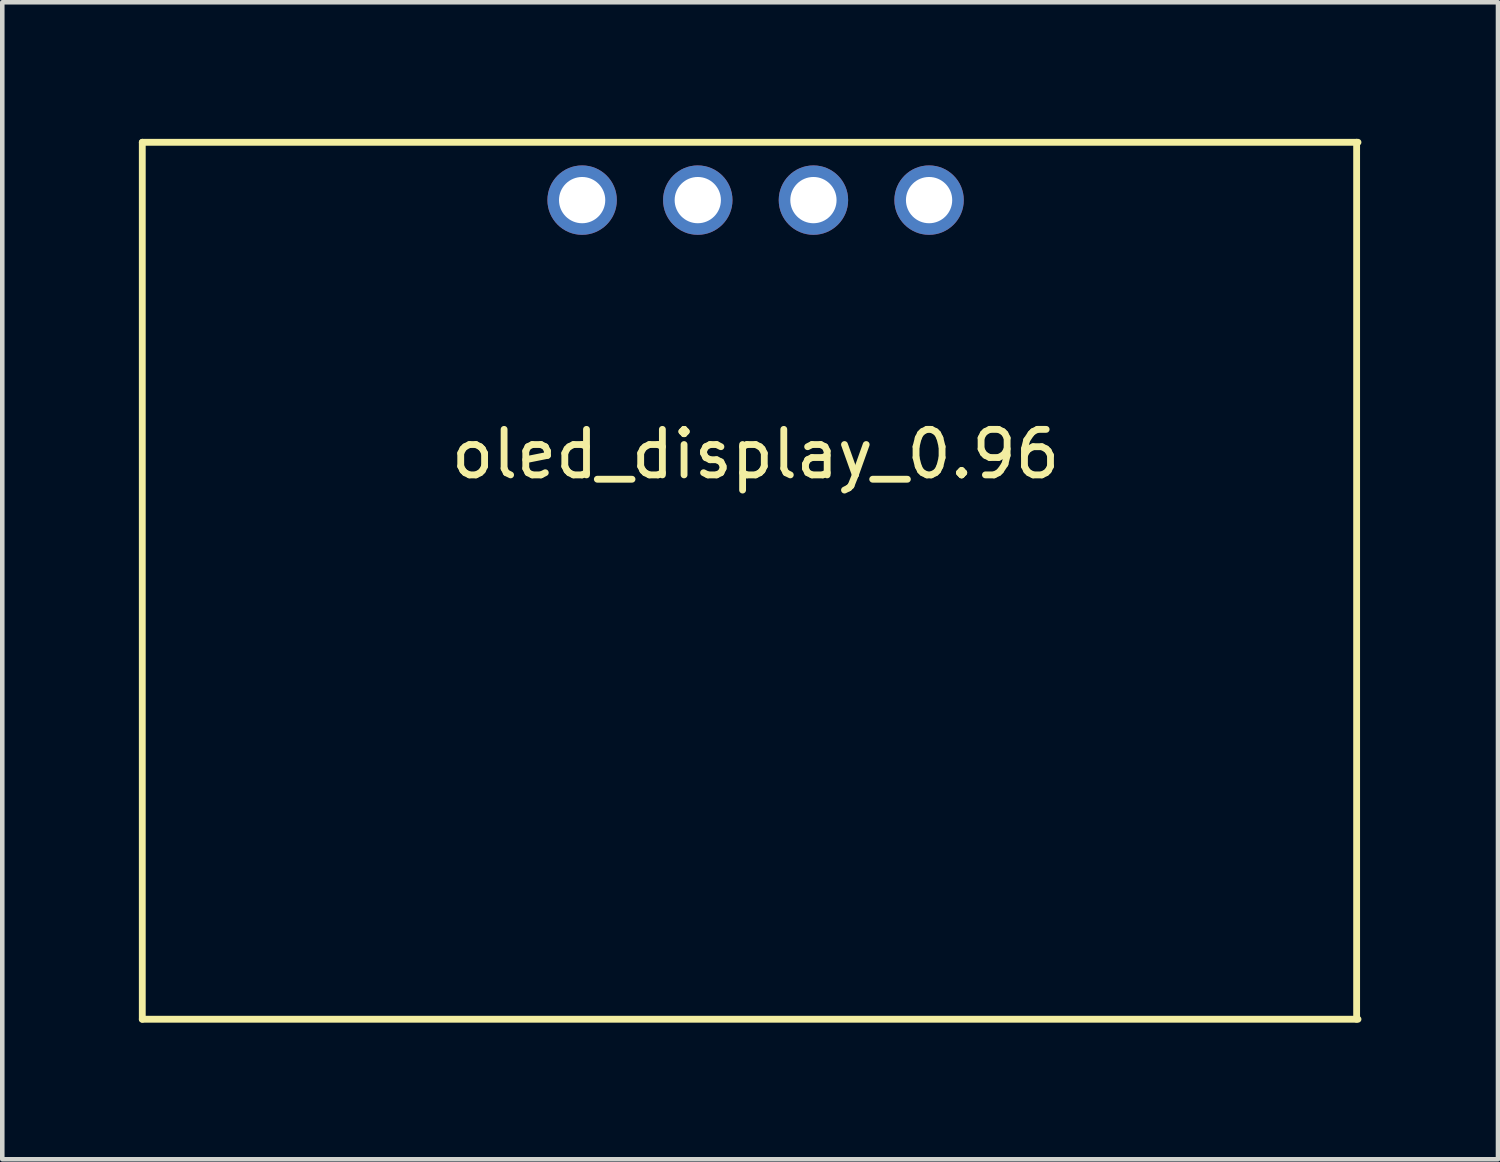
<source format=kicad_pcb>
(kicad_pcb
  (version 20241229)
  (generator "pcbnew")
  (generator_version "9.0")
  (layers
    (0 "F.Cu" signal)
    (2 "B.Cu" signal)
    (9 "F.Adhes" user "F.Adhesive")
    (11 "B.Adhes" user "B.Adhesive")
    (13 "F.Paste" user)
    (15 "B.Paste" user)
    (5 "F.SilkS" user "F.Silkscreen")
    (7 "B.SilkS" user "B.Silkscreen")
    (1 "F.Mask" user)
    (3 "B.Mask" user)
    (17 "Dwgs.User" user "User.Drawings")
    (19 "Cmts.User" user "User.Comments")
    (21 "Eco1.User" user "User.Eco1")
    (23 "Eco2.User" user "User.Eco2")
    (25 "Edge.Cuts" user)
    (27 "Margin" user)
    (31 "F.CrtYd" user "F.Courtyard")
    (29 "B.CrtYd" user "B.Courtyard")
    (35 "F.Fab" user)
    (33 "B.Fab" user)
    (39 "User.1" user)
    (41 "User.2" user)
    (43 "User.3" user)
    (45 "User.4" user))
  (footprint "oled_display_0.96"
    (layer "F.Cu")
    (at 9.735 6.425)
    (property "Reference" "oled_display_0.96" (at 3.81 0.5 0) (layer "F.SilkS") (effects (font (size 1 1) (thickness 0.15))))
    (attr through_hole)
    (fp_line (start -9.66 -6.35) (end -9.66 12.91) (stroke (width 0.15) (type solid)) (layer "F.SilkS"))
    (fp_line (start -9.66 -6.35) (end 17.04 -6.35) (stroke (width 0.15) (type solid)) (layer "F.SilkS"))
    (fp_line (start -9.66 12.91) (end 17.04 12.91) (stroke (width 0.15) (type solid)) (layer "F.SilkS"))
    (fp_line (start 17.01 -6.35) (end 17.01 12.91) (stroke (width 0.15) (type solid)) (layer "F.SilkS"))
    (pad "1" thru_hole circle (at 0 -5.08) (size 1.524 1.524) (drill 1.016) (layers "*.Cu" "*.Mask"))
    (pad "2" thru_hole circle (at 2.54 -5.08) (size 1.524 1.524) (drill 1.016) (layers "*.Cu" "*.Mask"))
    (pad "3" thru_hole circle (at 5.08 -5.08) (size 1.524 1.524) (drill 1.016) (layers "*.Cu" "*.Mask"))
    (pad "4" thru_hole circle (at 7.62 -5.08) (size 1.524 1.524) (drill 1.016) (layers "*.Cu" "*.Mask")))
  (gr_rect
    (start -3 -3)
    (end 29.85 22.41)
    (stroke (width 0.1) (type default))
    (fill no)
    (layer "Edge.Cuts")))
</source>
